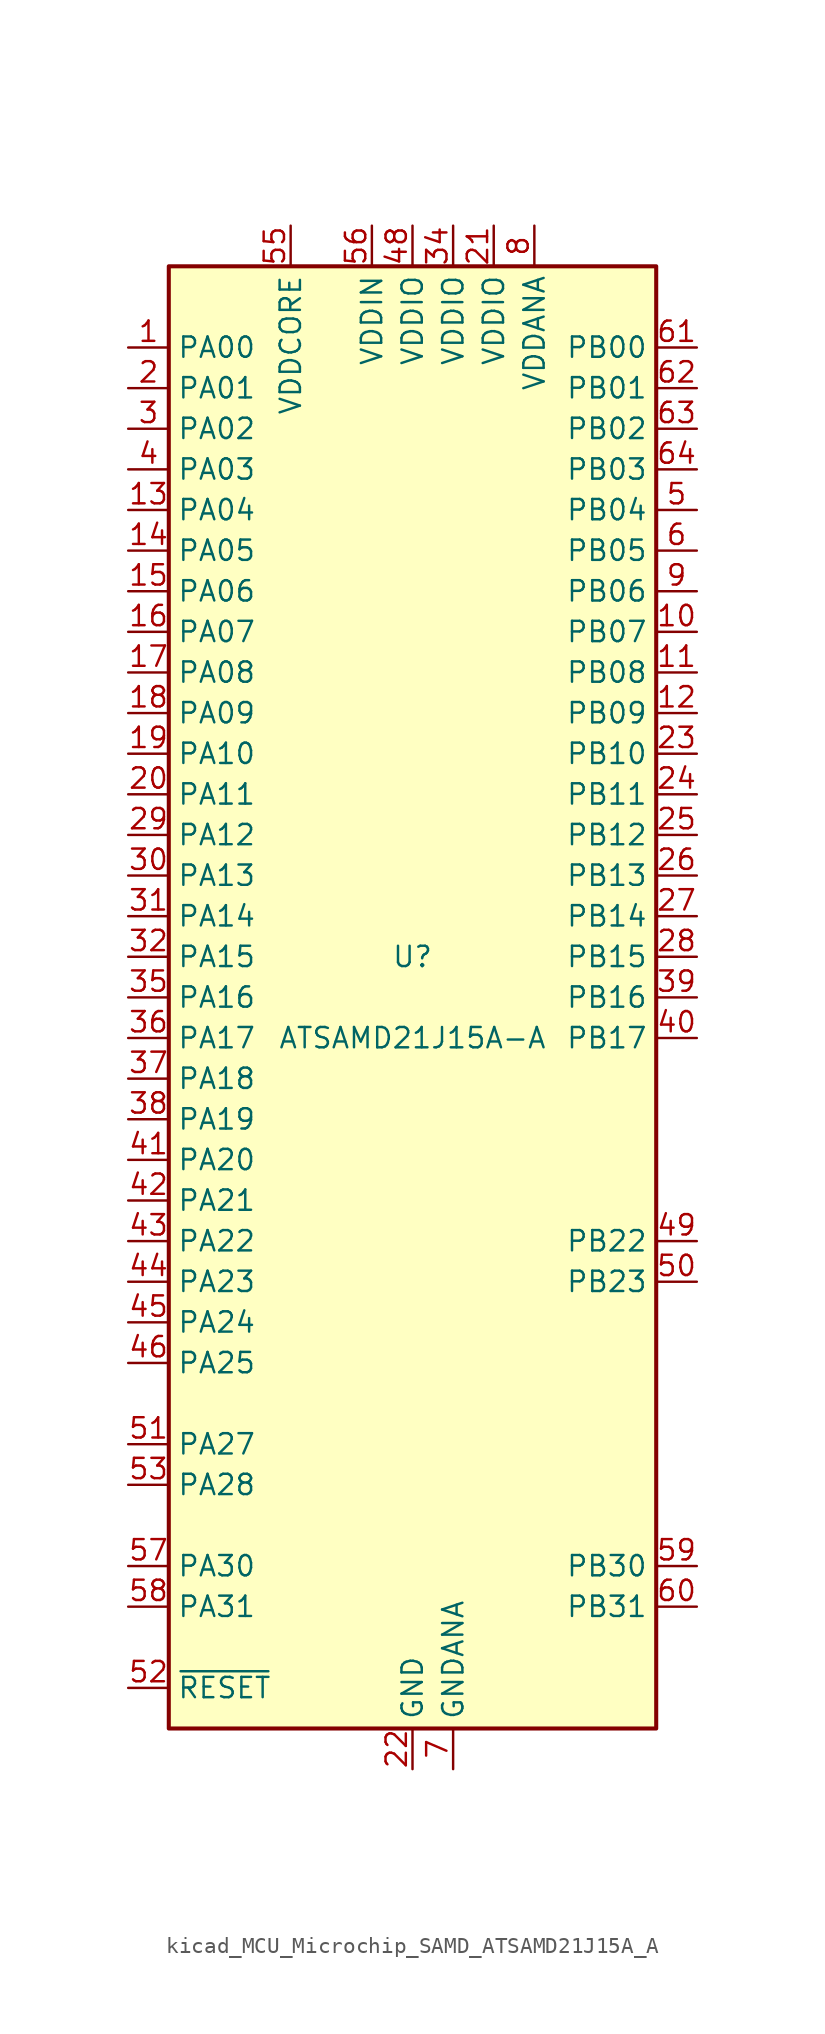
<source format=kicad_sym>
(kicad_symbol_lib
  (version 20220914)
  (generator kicad_symbol_editor)
  (symbol "kicad_MCU_Microchip_SAMD_ATSAMD21J15A_A"
    (property "Reference" "U"
      (at 0 2.54 0)
      (effects (font (size 1.27 1.27))))
    (property "Value" "ATSAMD21J15A-A"
      (at 0 -2.54 0)
      (effects (font (size 1.27 1.27))))
    (symbol "kicad_MCU_Microchip_SAMD_ATSAMD21J15A_A_0_1"
      (rectangle (start -15.24 45.72) (end 15.24 -45.72) (stroke (width 0.254) (type default)) (fill (type background))))
    (symbol "kicad_MCU_Microchip_SAMD_ATSAMD21J15A_A_1_1"
      (pin bidirectional line (at -17.78 40.64 0) (length 2.54) (name "PA00" (effects (font (size 1.27 1.27)))) (number "1" (effects (font (size 1.27 1.27)))))
      (pin bidirectional line (at 17.78 22.86 180) (length 2.54) (name "PB07" (effects (font (size 1.27 1.27)))) (number "10" (effects (font (size 1.27 1.27)))))
      (pin bidirectional line (at 17.78 20.32 180) (length 2.54) (name "PB08" (effects (font (size 1.27 1.27)))) (number "11" (effects (font (size 1.27 1.27)))))
      (pin bidirectional line (at 17.78 17.78 180) (length 2.54) (name "PB09" (effects (font (size 1.27 1.27)))) (number "12" (effects (font (size 1.27 1.27)))))
      (pin bidirectional line (at -17.78 30.48 0) (length 2.54) (name "PA04" (effects (font (size 1.27 1.27)))) (number "13" (effects (font (size 1.27 1.27)))))
      (pin bidirectional line (at -17.78 27.94 0) (length 2.54) (name "PA05" (effects (font (size 1.27 1.27)))) (number "14" (effects (font (size 1.27 1.27)))))
      (pin bidirectional line (at -17.78 25.4 0) (length 2.54) (name "PA06" (effects (font (size 1.27 1.27)))) (number "15" (effects (font (size 1.27 1.27)))))
      (pin bidirectional line (at -17.78 22.86 0) (length 2.54) (name "PA07" (effects (font (size 1.27 1.27)))) (number "16" (effects (font (size 1.27 1.27)))))
      (pin bidirectional line (at -17.78 20.32 0) (length 2.54) (name "PA08" (effects (font (size 1.27 1.27)))) (number "17" (effects (font (size 1.27 1.27)))))
      (pin bidirectional line (at -17.78 17.78 0) (length 2.54) (name "PA09" (effects (font (size 1.27 1.27)))) (number "18" (effects (font (size 1.27 1.27)))))
      (pin bidirectional line (at -17.78 15.24 0) (length 2.54) (name "PA10" (effects (font (size 1.27 1.27)))) (number "19" (effects (font (size 1.27 1.27)))))
      (pin bidirectional line (at -17.78 38.1 0) (length 2.54) (name "PA01" (effects (font (size 1.27 1.27)))) (number "2" (effects (font (size 1.27 1.27)))))
      (pin bidirectional line (at -17.78 12.7 0) (length 2.54) (name "PA11" (effects (font (size 1.27 1.27)))) (number "20" (effects (font (size 1.27 1.27)))))
      (pin power_in line (at 5.08 48.26 270) (length 2.54) (name "VDDIO" (effects (font (size 1.27 1.27)))) (number "21" (effects (font (size 1.27 1.27)))))
      (pin power_in line (at 0 -48.26 90) (length 2.54) (name "GND" (effects (font (size 1.27 1.27)))) (number "22" (effects (font (size 1.27 1.27)))))
      (pin bidirectional line (at 17.78 15.24 180) (length 2.54) (name "PB10" (effects (font (size 1.27 1.27)))) (number "23" (effects (font (size 1.27 1.27)))))
      (pin bidirectional line (at 17.78 12.7 180) (length 2.54) (name "PB11" (effects (font (size 1.27 1.27)))) (number "24" (effects (font (size 1.27 1.27)))))
      (pin bidirectional line (at 17.78 10.16 180) (length 2.54) (name "PB12" (effects (font (size 1.27 1.27)))) (number "25" (effects (font (size 1.27 1.27)))))
      (pin bidirectional line (at 17.78 7.62 180) (length 2.54) (name "PB13" (effects (font (size 1.27 1.27)))) (number "26" (effects (font (size 1.27 1.27)))))
      (pin bidirectional line (at 17.78 5.08 180) (length 2.54) (name "PB14" (effects (font (size 1.27 1.27)))) (number "27" (effects (font (size 1.27 1.27)))))
      (pin bidirectional line (at 17.78 2.54 180) (length 2.54) (name "PB15" (effects (font (size 1.27 1.27)))) (number "28" (effects (font (size 1.27 1.27)))))
      (pin bidirectional line (at -17.78 10.16 0) (length 2.54) (name "PA12" (effects (font (size 1.27 1.27)))) (number "29" (effects (font (size 1.27 1.27)))))
      (pin bidirectional line (at -17.78 35.56 0) (length 2.54) (name "PA02" (effects (font (size 1.27 1.27)))) (number "3" (effects (font (size 1.27 1.27)))))
      (pin bidirectional line (at -17.78 7.62 0) (length 2.54) (name "PA13" (effects (font (size 1.27 1.27)))) (number "30" (effects (font (size 1.27 1.27)))))
      (pin bidirectional line (at -17.78 5.08 0) (length 2.54) (name "PA14" (effects (font (size 1.27 1.27)))) (number "31" (effects (font (size 1.27 1.27)))))
      (pin bidirectional line (at -17.78 2.54 0) (length 2.54) (name "PA15" (effects (font (size 1.27 1.27)))) (number "32" (effects (font (size 1.27 1.27)))))
      (pin passive line (at 0 -48.26 90) (length 2.54) hide (name "GND" (effects (font (size 1.27 1.27)))) (number "33" (effects (font (size 1.27 1.27)))))
      (pin power_in line (at 2.54 48.26 270) (length 2.54) (name "VDDIO" (effects (font (size 1.27 1.27)))) (number "34" (effects (font (size 1.27 1.27)))))
      (pin bidirectional line (at -17.78 0 0) (length 2.54) (name "PA16" (effects (font (size 1.27 1.27)))) (number "35" (effects (font (size 1.27 1.27)))))
      (pin bidirectional line (at -17.78 -2.54 0) (length 2.54) (name "PA17" (effects (font (size 1.27 1.27)))) (number "36" (effects (font (size 1.27 1.27)))))
      (pin bidirectional line (at -17.78 -5.08 0) (length 2.54) (name "PA18" (effects (font (size 1.27 1.27)))) (number "37" (effects (font (size 1.27 1.27)))))
      (pin bidirectional line (at -17.78 -7.62 0) (length 2.54) (name "PA19" (effects (font (size 1.27 1.27)))) (number "38" (effects (font (size 1.27 1.27)))))
      (pin bidirectional line (at 17.78 0 180) (length 2.54) (name "PB16" (effects (font (size 1.27 1.27)))) (number "39" (effects (font (size 1.27 1.27)))))
      (pin bidirectional line (at -17.78 33.02 0) (length 2.54) (name "PA03" (effects (font (size 1.27 1.27)))) (number "4" (effects (font (size 1.27 1.27)))))
      (pin bidirectional line (at 17.78 -2.54 180) (length 2.54) (name "PB17" (effects (font (size 1.27 1.27)))) (number "40" (effects (font (size 1.27 1.27)))))
      (pin bidirectional line (at -17.78 -10.16 0) (length 2.54) (name "PA20" (effects (font (size 1.27 1.27)))) (number "41" (effects (font (size 1.27 1.27)))))
      (pin bidirectional line (at -17.78 -12.7 0) (length 2.54) (name "PA21" (effects (font (size 1.27 1.27)))) (number "42" (effects (font (size 1.27 1.27)))))
      (pin bidirectional line (at -17.78 -15.24 0) (length 2.54) (name "PA22" (effects (font (size 1.27 1.27)))) (number "43" (effects (font (size 1.27 1.27)))))
      (pin bidirectional line (at -17.78 -17.78 0) (length 2.54) (name "PA23" (effects (font (size 1.27 1.27)))) (number "44" (effects (font (size 1.27 1.27)))))
      (pin bidirectional line (at -17.78 -20.32 0) (length 2.54) (name "PA24" (effects (font (size 1.27 1.27)))) (number "45" (effects (font (size 1.27 1.27)))))
      (pin bidirectional line (at -17.78 -22.86 0) (length 2.54) (name "PA25" (effects (font (size 1.27 1.27)))) (number "46" (effects (font (size 1.27 1.27)))))
      (pin passive line (at 0 -48.26 90) (length 2.54) hide (name "GND" (effects (font (size 1.27 1.27)))) (number "47" (effects (font (size 1.27 1.27)))))
      (pin power_in line (at 0 48.26 270) (length 2.54) (name "VDDIO" (effects (font (size 1.27 1.27)))) (number "48" (effects (font (size 1.27 1.27)))))
      (pin bidirectional line (at 17.78 -15.24 180) (length 2.54) (name "PB22" (effects (font (size 1.27 1.27)))) (number "49" (effects (font (size 1.27 1.27)))))
      (pin bidirectional line (at 17.78 30.48 180) (length 2.54) (name "PB04" (effects (font (size 1.27 1.27)))) (number "5" (effects (font (size 1.27 1.27)))))
      (pin bidirectional line (at 17.78 -17.78 180) (length 2.54) (name "PB23" (effects (font (size 1.27 1.27)))) (number "50" (effects (font (size 1.27 1.27)))))
      (pin bidirectional line (at -17.78 -27.94 0) (length 2.54) (name "PA27" (effects (font (size 1.27 1.27)))) (number "51" (effects (font (size 1.27 1.27)))))
      (pin input line (at -17.78 -43.18 0) (length 2.54) (name "~{RESET}" (effects (font (size 1.27 1.27)))) (number "52" (effects (font (size 1.27 1.27)))))
      (pin bidirectional line (at -17.78 -30.48 0) (length 2.54) (name "PA28" (effects (font (size 1.27 1.27)))) (number "53" (effects (font (size 1.27 1.27)))))
      (pin passive line (at 0 -48.26 90) (length 2.54) hide (name "GND" (effects (font (size 1.27 1.27)))) (number "54" (effects (font (size 1.27 1.27)))))
      (pin power_out line (at -7.62 48.26 270) (length 2.54) (name "VDDCORE" (effects (font (size 1.27 1.27)))) (number "55" (effects (font (size 1.27 1.27)))))
      (pin power_in line (at -2.54 48.26 270) (length 2.54) (name "VDDIN" (effects (font (size 1.27 1.27)))) (number "56" (effects (font (size 1.27 1.27)))))
      (pin bidirectional line (at -17.78 -35.56 0) (length 2.54) (name "PA30" (effects (font (size 1.27 1.27)))) (number "57" (effects (font (size 1.27 1.27)))))
      (pin bidirectional line (at -17.78 -38.1 0) (length 2.54) (name "PA31" (effects (font (size 1.27 1.27)))) (number "58" (effects (font (size 1.27 1.27)))))
      (pin bidirectional line (at 17.78 -35.56 180) (length 2.54) (name "PB30" (effects (font (size 1.27 1.27)))) (number "59" (effects (font (size 1.27 1.27)))))
      (pin bidirectional line (at 17.78 27.94 180) (length 2.54) (name "PB05" (effects (font (size 1.27 1.27)))) (number "6" (effects (font (size 1.27 1.27)))))
      (pin bidirectional line (at 17.78 -38.1 180) (length 2.54) (name "PB31" (effects (font (size 1.27 1.27)))) (number "60" (effects (font (size 1.27 1.27)))))
      (pin bidirectional line (at 17.78 40.64 180) (length 2.54) (name "PB00" (effects (font (size 1.27 1.27)))) (number "61" (effects (font (size 1.27 1.27)))))
      (pin bidirectional line (at 17.78 38.1 180) (length 2.54) (name "PB01" (effects (font (size 1.27 1.27)))) (number "62" (effects (font (size 1.27 1.27)))))
      (pin bidirectional line (at 17.78 35.56 180) (length 2.54) (name "PB02" (effects (font (size 1.27 1.27)))) (number "63" (effects (font (size 1.27 1.27)))))
      (pin bidirectional line (at 17.78 33.02 180) (length 2.54) (name "PB03" (effects (font (size 1.27 1.27)))) (number "64" (effects (font (size 1.27 1.27)))))
      (pin power_in line (at 2.54 -48.26 90) (length 2.54) (name "GNDANA" (effects (font (size 1.27 1.27)))) (number "7" (effects (font (size 1.27 1.27)))))
      (pin power_in line (at 7.62 48.26 270) (length 2.54) (name "VDDANA" (effects (font (size 1.27 1.27)))) (number "8" (effects (font (size 1.27 1.27)))))
      (pin bidirectional line (at 17.78 25.4 180) (length 2.54) (name "PB06" (effects (font (size 1.27 1.27)))) (number "9" (effects (font (size 1.27 1.27))))))))
</source>
